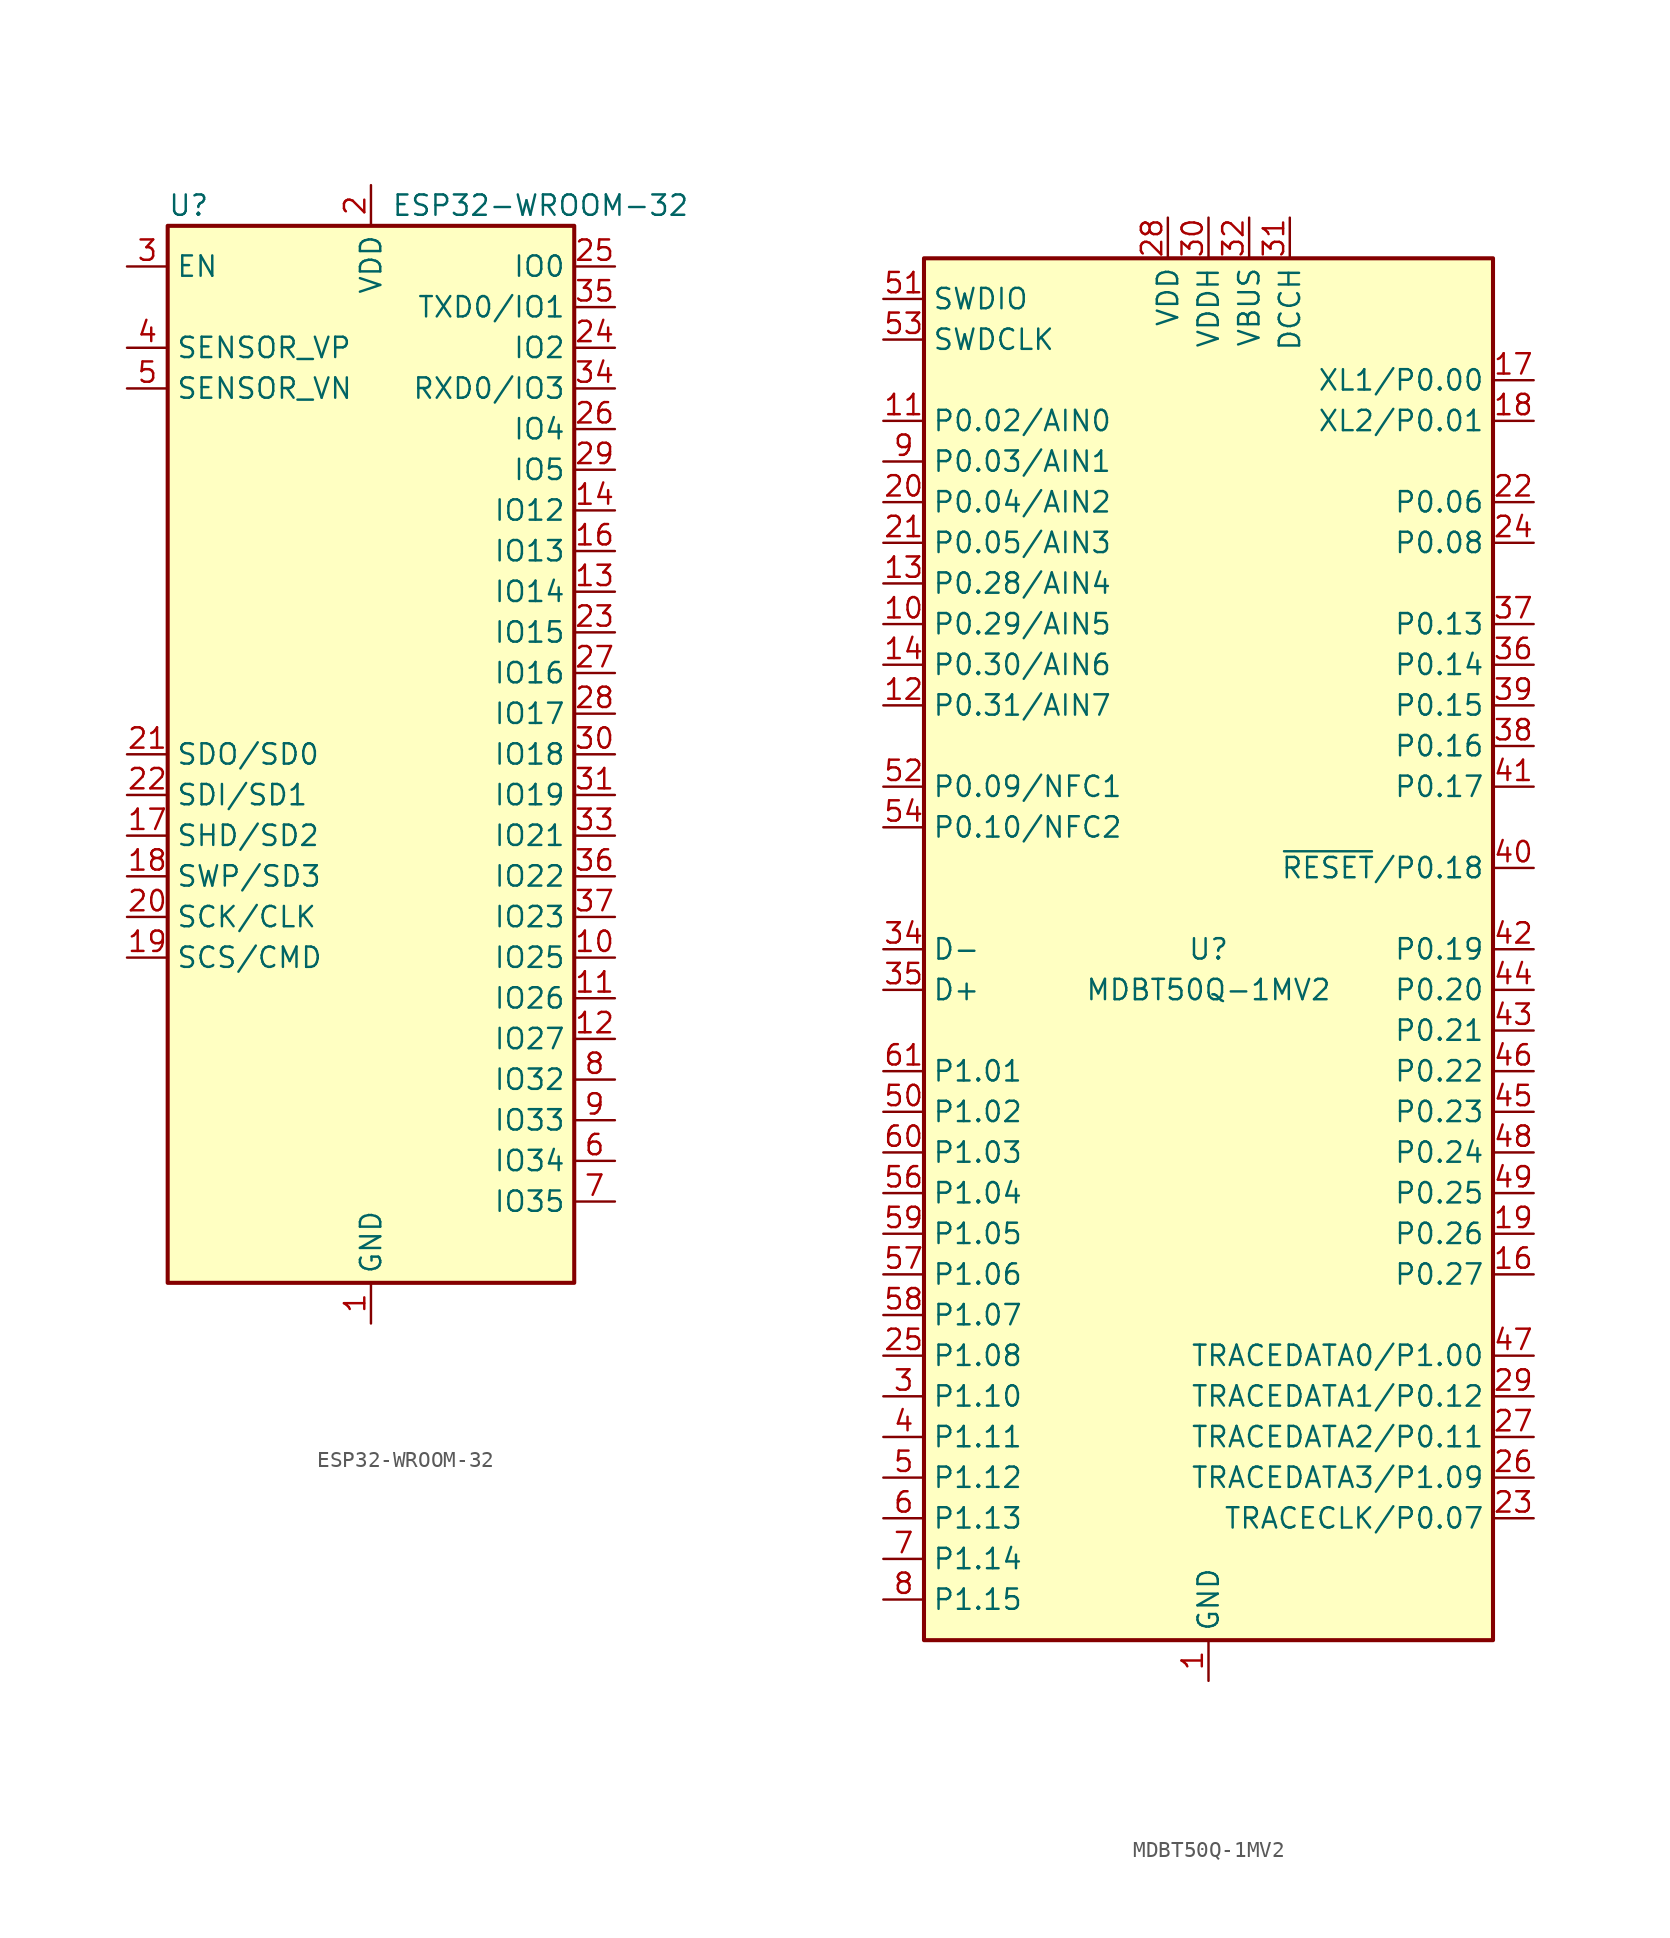
<source format=kicad_sym>
(kicad_symbol_lib
  (version 20201005)
  (generator kicad_symbol_editor)
  (symbol "ESP32-WROOM-32"
    (property "Reference" "U"
      (at -12.7 34.29 0)
      (effects (font (size 1.27 1.27)) (justify left)))
    (property "Value" "ESP32-WROOM-32"
      (at 1.27 34.29 0)
      (effects (font (size 1.27 1.27)) (justify left)))
    (symbol "ESP32-WROOM-32_0_1"
      (rectangle (start -12.7 33.02) (end 12.7 -33.02) (stroke (width 0.254)) (fill (type background))))
    (symbol "ESP32-WROOM-32_1_1"
      (pin power_in line (at 0 -35.56 90) (length 2.54) (name "GND" (effects (font (size 1.27 1.27)))) (number "1" (effects (font (size 1.27 1.27)))))
      (pin bidirectional line (at 15.24 -12.7 180) (length 2.54) (name "IO25" (effects (font (size 1.27 1.27)))) (number "10" (effects (font (size 1.27 1.27)))))
      (pin bidirectional line (at 15.24 -15.24 180) (length 2.54) (name "IO26" (effects (font (size 1.27 1.27)))) (number "11" (effects (font (size 1.27 1.27)))))
      (pin bidirectional line (at 15.24 -17.78 180) (length 2.54) (name "IO27" (effects (font (size 1.27 1.27)))) (number "12" (effects (font (size 1.27 1.27)))))
      (pin bidirectional line (at 15.24 10.16 180) (length 2.54) (name "IO14" (effects (font (size 1.27 1.27)))) (number "13" (effects (font (size 1.27 1.27)))))
      (pin bidirectional line (at 15.24 15.24 180) (length 2.54) (name "IO12" (effects (font (size 1.27 1.27)))) (number "14" (effects (font (size 1.27 1.27)))))
      (pin passive line (at 0 -35.56 90) (length 2.54) hide (name "GND" (effects (font (size 1.27 1.27)))) (number "15" (effects (font (size 1.27 1.27)))))
      (pin bidirectional line (at 15.24 12.7 180) (length 2.54) (name "IO13" (effects (font (size 1.27 1.27)))) (number "16" (effects (font (size 1.27 1.27)))))
      (pin bidirectional line (at -15.24 -5.08 0) (length 2.54) (name "SHD/SD2" (effects (font (size 1.27 1.27)))) (number "17" (effects (font (size 1.27 1.27)))))
      (pin bidirectional line (at -15.24 -7.62 0) (length 2.54) (name "SWP/SD3" (effects (font (size 1.27 1.27)))) (number "18" (effects (font (size 1.27 1.27)))))
      (pin bidirectional line (at -15.24 -12.7 0) (length 2.54) (name "SCS/CMD" (effects (font (size 1.27 1.27)))) (number "19" (effects (font (size 1.27 1.27)))))
      (pin power_in line (at 0 35.56 270) (length 2.54) (name "VDD" (effects (font (size 1.27 1.27)))) (number "2" (effects (font (size 1.27 1.27)))))
      (pin bidirectional line (at -15.24 -10.16 0) (length 2.54) (name "SCK/CLK" (effects (font (size 1.27 1.27)))) (number "20" (effects (font (size 1.27 1.27)))))
      (pin bidirectional line (at -15.24 0 0) (length 2.54) (name "SDO/SD0" (effects (font (size 1.27 1.27)))) (number "21" (effects (font (size 1.27 1.27)))))
      (pin bidirectional line (at -15.24 -2.54 0) (length 2.54) (name "SDI/SD1" (effects (font (size 1.27 1.27)))) (number "22" (effects (font (size 1.27 1.27)))))
      (pin bidirectional line (at 15.24 7.62 180) (length 2.54) (name "IO15" (effects (font (size 1.27 1.27)))) (number "23" (effects (font (size 1.27 1.27)))))
      (pin bidirectional line (at 15.24 25.4 180) (length 2.54) (name "IO2" (effects (font (size 1.27 1.27)))) (number "24" (effects (font (size 1.27 1.27)))))
      (pin bidirectional line (at 15.24 30.48 180) (length 2.54) (name "IO0" (effects (font (size 1.27 1.27)))) (number "25" (effects (font (size 1.27 1.27)))))
      (pin bidirectional line (at 15.24 20.32 180) (length 2.54) (name "IO4" (effects (font (size 1.27 1.27)))) (number "26" (effects (font (size 1.27 1.27)))))
      (pin bidirectional line (at 15.24 5.08 180) (length 2.54) (name "IO16" (effects (font (size 1.27 1.27)))) (number "27" (effects (font (size 1.27 1.27)))))
      (pin bidirectional line (at 15.24 2.54 180) (length 2.54) (name "IO17" (effects (font (size 1.27 1.27)))) (number "28" (effects (font (size 1.27 1.27)))))
      (pin bidirectional line (at 15.24 17.78 180) (length 2.54) (name "IO5" (effects (font (size 1.27 1.27)))) (number "29" (effects (font (size 1.27 1.27)))))
      (pin input line (at -15.24 30.48 0) (length 2.54) (name "EN" (effects (font (size 1.27 1.27)))) (number "3" (effects (font (size 1.27 1.27)))))
      (pin bidirectional line (at 15.24 0 180) (length 2.54) (name "IO18" (effects (font (size 1.27 1.27)))) (number "30" (effects (font (size 1.27 1.27)))))
      (pin bidirectional line (at 15.24 -2.54 180) (length 2.54) (name "IO19" (effects (font (size 1.27 1.27)))) (number "31" (effects (font (size 1.27 1.27)))))
      (pin no_connect line (at -12.7 -27.94 0) (length 2.54) hide (name "NC" (effects (font (size 1.27 1.27)))) (number "32" (effects (font (size 1.27 1.27)))))
      (pin bidirectional line (at 15.24 -5.08 180) (length 2.54) (name "IO21" (effects (font (size 1.27 1.27)))) (number "33" (effects (font (size 1.27 1.27)))))
      (pin bidirectional line (at 15.24 22.86 180) (length 2.54) (name "RXD0/IO3" (effects (font (size 1.27 1.27)))) (number "34" (effects (font (size 1.27 1.27)))))
      (pin bidirectional line (at 15.24 27.94 180) (length 2.54) (name "TXD0/IO1" (effects (font (size 1.27 1.27)))) (number "35" (effects (font (size 1.27 1.27)))))
      (pin bidirectional line (at 15.24 -7.62 180) (length 2.54) (name "IO22" (effects (font (size 1.27 1.27)))) (number "36" (effects (font (size 1.27 1.27)))))
      (pin bidirectional line (at 15.24 -10.16 180) (length 2.54) (name "IO23" (effects (font (size 1.27 1.27)))) (number "37" (effects (font (size 1.27 1.27)))))
      (pin passive line (at 0 -35.56 90) (length 2.54) hide (name "GND" (effects (font (size 1.27 1.27)))) (number "38" (effects (font (size 1.27 1.27)))))
      (pin passive line (at 0 -35.56 90) (length 2.54) hide (name "GND" (effects (font (size 1.27 1.27)))) (number "39" (effects (font (size 1.27 1.27)))))
      (pin input line (at -15.24 25.4 0) (length 2.54) (name "SENSOR_VP" (effects (font (size 1.27 1.27)))) (number "4" (effects (font (size 1.27 1.27)))))
      (pin input line (at -15.24 22.86 0) (length 2.54) (name "SENSOR_VN" (effects (font (size 1.27 1.27)))) (number "5" (effects (font (size 1.27 1.27)))))
      (pin input line (at 15.24 -25.4 180) (length 2.54) (name "IO34" (effects (font (size 1.27 1.27)))) (number "6" (effects (font (size 1.27 1.27)))))
      (pin input line (at 15.24 -27.94 180) (length 2.54) (name "IO35" (effects (font (size 1.27 1.27)))) (number "7" (effects (font (size 1.27 1.27)))))
      (pin bidirectional line (at 15.24 -20.32 180) (length 2.54) (name "IO32" (effects (font (size 1.27 1.27)))) (number "8" (effects (font (size 1.27 1.27)))))
      (pin bidirectional line (at 15.24 -22.86 180) (length 2.54) (name "IO33" (effects (font (size 1.27 1.27)))) (number "9" (effects (font (size 1.27 1.27)))))))
  (symbol "MDBT50Q-1MV2"
    (property "Reference" "U"
      (at 0 0 0)
      (effects (font (size 1.27 1.27))))
    (property "Value" "MDBT50Q-1MV2"
      (at 0 -2.54 0)
      (effects (font (size 1.27 1.27))))
    (symbol "MDBT50Q-1MV2_0_1"
      (rectangle (start -17.78 43.18) (end 17.78 -43.18) (stroke (width 0.254)) (fill (type background))))
    (symbol "MDBT50Q-1MV2_1_1"
      (pin power_in line (at 0 -45.72 90) (length 2.54) (name "GND" (effects (font (size 1.27 1.27)))) (number "1" (effects (font (size 1.27 1.27)))))
      (pin bidirectional line (at -20.32 20.32 0) (length 2.54) (name "P0.29/AIN5" (effects (font (size 1.27 1.27)))) (number "10" (effects (font (size 1.27 1.27)))))
      (pin bidirectional line (at -20.32 33.02 0) (length 2.54) (name "P0.02/AIN0" (effects (font (size 1.27 1.27)))) (number "11" (effects (font (size 1.27 1.27)))))
      (pin bidirectional line (at -20.32 15.24 0) (length 2.54) (name "P0.31/AIN7" (effects (font (size 1.27 1.27)))) (number "12" (effects (font (size 1.27 1.27)))))
      (pin bidirectional line (at -20.32 22.86 0) (length 2.54) (name "P0.28/AIN4" (effects (font (size 1.27 1.27)))) (number "13" (effects (font (size 1.27 1.27)))))
      (pin bidirectional line (at -20.32 17.78 0) (length 2.54) (name "P0.30/AIN6" (effects (font (size 1.27 1.27)))) (number "14" (effects (font (size 1.27 1.27)))))
      (pin passive line (at 0 -45.72 90) (length 2.54) hide (name "GND" (effects (font (size 1.27 1.27)))) (number "15" (effects (font (size 1.27 1.27)))))
      (pin bidirectional line (at 20.32 -20.32 180) (length 2.54) (name "P0.27" (effects (font (size 1.27 1.27)))) (number "16" (effects (font (size 1.27 1.27)))))
      (pin bidirectional line (at 20.32 35.56 180) (length 2.54) (name "XL1/P0.00" (effects (font (size 1.27 1.27)))) (number "17" (effects (font (size 1.27 1.27)))))
      (pin bidirectional line (at 20.32 33.02 180) (length 2.54) (name "XL2/P0.01" (effects (font (size 1.27 1.27)))) (number "18" (effects (font (size 1.27 1.27)))))
      (pin bidirectional line (at 20.32 -17.78 180) (length 2.54) (name "P0.26" (effects (font (size 1.27 1.27)))) (number "19" (effects (font (size 1.27 1.27)))))
      (pin passive line (at 0 -45.72 90) (length 2.54) hide (name "GND" (effects (font (size 1.27 1.27)))) (number "2" (effects (font (size 1.27 1.27)))))
      (pin bidirectional line (at -20.32 27.94 0) (length 2.54) (name "P0.04/AIN2" (effects (font (size 1.27 1.27)))) (number "20" (effects (font (size 1.27 1.27)))))
      (pin bidirectional line (at -20.32 25.4 0) (length 2.54) (name "P0.05/AIN3" (effects (font (size 1.27 1.27)))) (number "21" (effects (font (size 1.27 1.27)))))
      (pin bidirectional line (at 20.32 27.94 180) (length 2.54) (name "P0.06" (effects (font (size 1.27 1.27)))) (number "22" (effects (font (size 1.27 1.27)))))
      (pin bidirectional line (at 20.32 -35.56 180) (length 2.54) (name "TRACECLK/P0.07" (effects (font (size 1.27 1.27)))) (number "23" (effects (font (size 1.27 1.27)))))
      (pin bidirectional line (at 20.32 25.4 180) (length 2.54) (name "P0.08" (effects (font (size 1.27 1.27)))) (number "24" (effects (font (size 1.27 1.27)))))
      (pin bidirectional line (at -20.32 -25.4 0) (length 2.54) (name "P1.08" (effects (font (size 1.27 1.27)))) (number "25" (effects (font (size 1.27 1.27)))))
      (pin bidirectional line (at 20.32 -33.02 180) (length 2.54) (name "TRACEDATA3/P1.09" (effects (font (size 1.27 1.27)))) (number "26" (effects (font (size 1.27 1.27)))))
      (pin bidirectional line (at 20.32 -30.48 180) (length 2.54) (name "TRACEDATA2/P0.11" (effects (font (size 1.27 1.27)))) (number "27" (effects (font (size 1.27 1.27)))))
      (pin power_in line (at -2.54 45.72 270) (length 2.54) (name "VDD" (effects (font (size 1.27 1.27)))) (number "28" (effects (font (size 1.27 1.27)))))
      (pin bidirectional line (at 20.32 -27.94 180) (length 2.54) (name "TRACEDATA1/P0.12" (effects (font (size 1.27 1.27)))) (number "29" (effects (font (size 1.27 1.27)))))
      (pin bidirectional line (at -20.32 -27.94 0) (length 2.54) (name "P1.10" (effects (font (size 1.27 1.27)))) (number "3" (effects (font (size 1.27 1.27)))))
      (pin power_in line (at 0 45.72 270) (length 2.54) (name "VDDH" (effects (font (size 1.27 1.27)))) (number "30" (effects (font (size 1.27 1.27)))))
      (pin power_out line (at 5.08 45.72 270) (length 2.54) (name "DCCH" (effects (font (size 1.27 1.27)))) (number "31" (effects (font (size 1.27 1.27)))))
      (pin power_in line (at 2.54 45.72 270) (length 2.54) (name "VBUS" (effects (font (size 1.27 1.27)))) (number "32" (effects (font (size 1.27 1.27)))))
      (pin passive line (at 0 -45.72 90) (length 2.54) hide (name "GND" (effects (font (size 1.27 1.27)))) (number "33" (effects (font (size 1.27 1.27)))))
      (pin bidirectional line (at -20.32 0 0) (length 2.54) (name "D-" (effects (font (size 1.27 1.27)))) (number "34" (effects (font (size 1.27 1.27)))))
      (pin bidirectional line (at -20.32 -2.54 0) (length 2.54) (name "D+" (effects (font (size 1.27 1.27)))) (number "35" (effects (font (size 1.27 1.27)))))
      (pin bidirectional line (at 20.32 17.78 180) (length 2.54) (name "P0.14" (effects (font (size 1.27 1.27)))) (number "36" (effects (font (size 1.27 1.27)))))
      (pin bidirectional line (at 20.32 20.32 180) (length 2.54) (name "P0.13" (effects (font (size 1.27 1.27)))) (number "37" (effects (font (size 1.27 1.27)))))
      (pin bidirectional line (at 20.32 12.7 180) (length 2.54) (name "P0.16" (effects (font (size 1.27 1.27)))) (number "38" (effects (font (size 1.27 1.27)))))
      (pin bidirectional line (at 20.32 15.24 180) (length 2.54) (name "P0.15" (effects (font (size 1.27 1.27)))) (number "39" (effects (font (size 1.27 1.27)))))
      (pin bidirectional line (at -20.32 -30.48 0) (length 2.54) (name "P1.11" (effects (font (size 1.27 1.27)))) (number "4" (effects (font (size 1.27 1.27)))))
      (pin bidirectional line (at 20.32 5.08 180) (length 2.54) (name "~RESET~/P0.18" (effects (font (size 1.27 1.27)))) (number "40" (effects (font (size 1.27 1.27)))))
      (pin bidirectional line (at 20.32 10.16 180) (length 2.54) (name "P0.17" (effects (font (size 1.27 1.27)))) (number "41" (effects (font (size 1.27 1.27)))))
      (pin bidirectional line (at 20.32 0 180) (length 2.54) (name "P0.19" (effects (font (size 1.27 1.27)))) (number "42" (effects (font (size 1.27 1.27)))))
      (pin bidirectional line (at 20.32 -5.08 180) (length 2.54) (name "P0.21" (effects (font (size 1.27 1.27)))) (number "43" (effects (font (size 1.27 1.27)))))
      (pin bidirectional line (at 20.32 -2.54 180) (length 2.54) (name "P0.20" (effects (font (size 1.27 1.27)))) (number "44" (effects (font (size 1.27 1.27)))))
      (pin bidirectional line (at 20.32 -10.16 180) (length 2.54) (name "P0.23" (effects (font (size 1.27 1.27)))) (number "45" (effects (font (size 1.27 1.27)))))
      (pin bidirectional line (at 20.32 -7.62 180) (length 2.54) (name "P0.22" (effects (font (size 1.27 1.27)))) (number "46" (effects (font (size 1.27 1.27)))))
      (pin bidirectional line (at 20.32 -25.4 180) (length 2.54) (name "TRACEDATA0/P1.00" (effects (font (size 1.27 1.27)))) (number "47" (effects (font (size 1.27 1.27)))))
      (pin bidirectional line (at 20.32 -12.7 180) (length 2.54) (name "P0.24" (effects (font (size 1.27 1.27)))) (number "48" (effects (font (size 1.27 1.27)))))
      (pin bidirectional line (at 20.32 -15.24 180) (length 2.54) (name "P0.25" (effects (font (size 1.27 1.27)))) (number "49" (effects (font (size 1.27 1.27)))))
      (pin bidirectional line (at -20.32 -33.02 0) (length 2.54) (name "P1.12" (effects (font (size 1.27 1.27)))) (number "5" (effects (font (size 1.27 1.27)))))
      (pin bidirectional line (at -20.32 -10.16 0) (length 2.54) (name "P1.02" (effects (font (size 1.27 1.27)))) (number "50" (effects (font (size 1.27 1.27)))))
      (pin bidirectional line (at -20.32 40.64 0) (length 2.54) (name "SWDIO" (effects (font (size 1.27 1.27)))) (number "51" (effects (font (size 1.27 1.27)))))
      (pin bidirectional line (at -20.32 10.16 0) (length 2.54) (name "P0.09/NFC1" (effects (font (size 1.27 1.27)))) (number "52" (effects (font (size 1.27 1.27)))))
      (pin input line (at -20.32 38.1 0) (length 2.54) (name "SWDCLK" (effects (font (size 1.27 1.27)))) (number "53" (effects (font (size 1.27 1.27)))))
      (pin bidirectional line (at -20.32 7.62 0) (length 2.54) (name "P0.10/NFC2" (effects (font (size 1.27 1.27)))) (number "54" (effects (font (size 1.27 1.27)))))
      (pin passive line (at 0 -45.72 90) (length 2.54) hide (name "GND" (effects (font (size 1.27 1.27)))) (number "55" (effects (font (size 1.27 1.27)))))
      (pin bidirectional line (at -20.32 -15.24 0) (length 2.54) (name "P1.04" (effects (font (size 1.27 1.27)))) (number "56" (effects (font (size 1.27 1.27)))))
      (pin bidirectional line (at -20.32 -20.32 0) (length 2.54) (name "P1.06" (effects (font (size 1.27 1.27)))) (number "57" (effects (font (size 1.27 1.27)))))
      (pin bidirectional line (at -20.32 -22.86 0) (length 2.54) (name "P1.07" (effects (font (size 1.27 1.27)))) (number "58" (effects (font (size 1.27 1.27)))))
      (pin bidirectional line (at -20.32 -17.78 0) (length 2.54) (name "P1.05" (effects (font (size 1.27 1.27)))) (number "59" (effects (font (size 1.27 1.27)))))
      (pin bidirectional line (at -20.32 -35.56 0) (length 2.54) (name "P1.13" (effects (font (size 1.27 1.27)))) (number "6" (effects (font (size 1.27 1.27)))))
      (pin bidirectional line (at -20.32 -12.7 0) (length 2.54) (name "P1.03" (effects (font (size 1.27 1.27)))) (number "60" (effects (font (size 1.27 1.27)))))
      (pin bidirectional line (at -20.32 -7.62 0) (length 2.54) (name "P1.01" (effects (font (size 1.27 1.27)))) (number "61" (effects (font (size 1.27 1.27)))))
      (pin bidirectional line (at -20.32 -38.1 0) (length 2.54) (name "P1.14" (effects (font (size 1.27 1.27)))) (number "7" (effects (font (size 1.27 1.27)))))
      (pin bidirectional line (at -20.32 -40.64 0) (length 2.54) (name "P1.15" (effects (font (size 1.27 1.27)))) (number "8" (effects (font (size 1.27 1.27)))))
      (pin bidirectional line (at -20.32 30.48 0) (length 2.54) (name "P0.03/AIN1" (effects (font (size 1.27 1.27)))) (number "9" (effects (font (size 1.27 1.27))))))))
</source>
